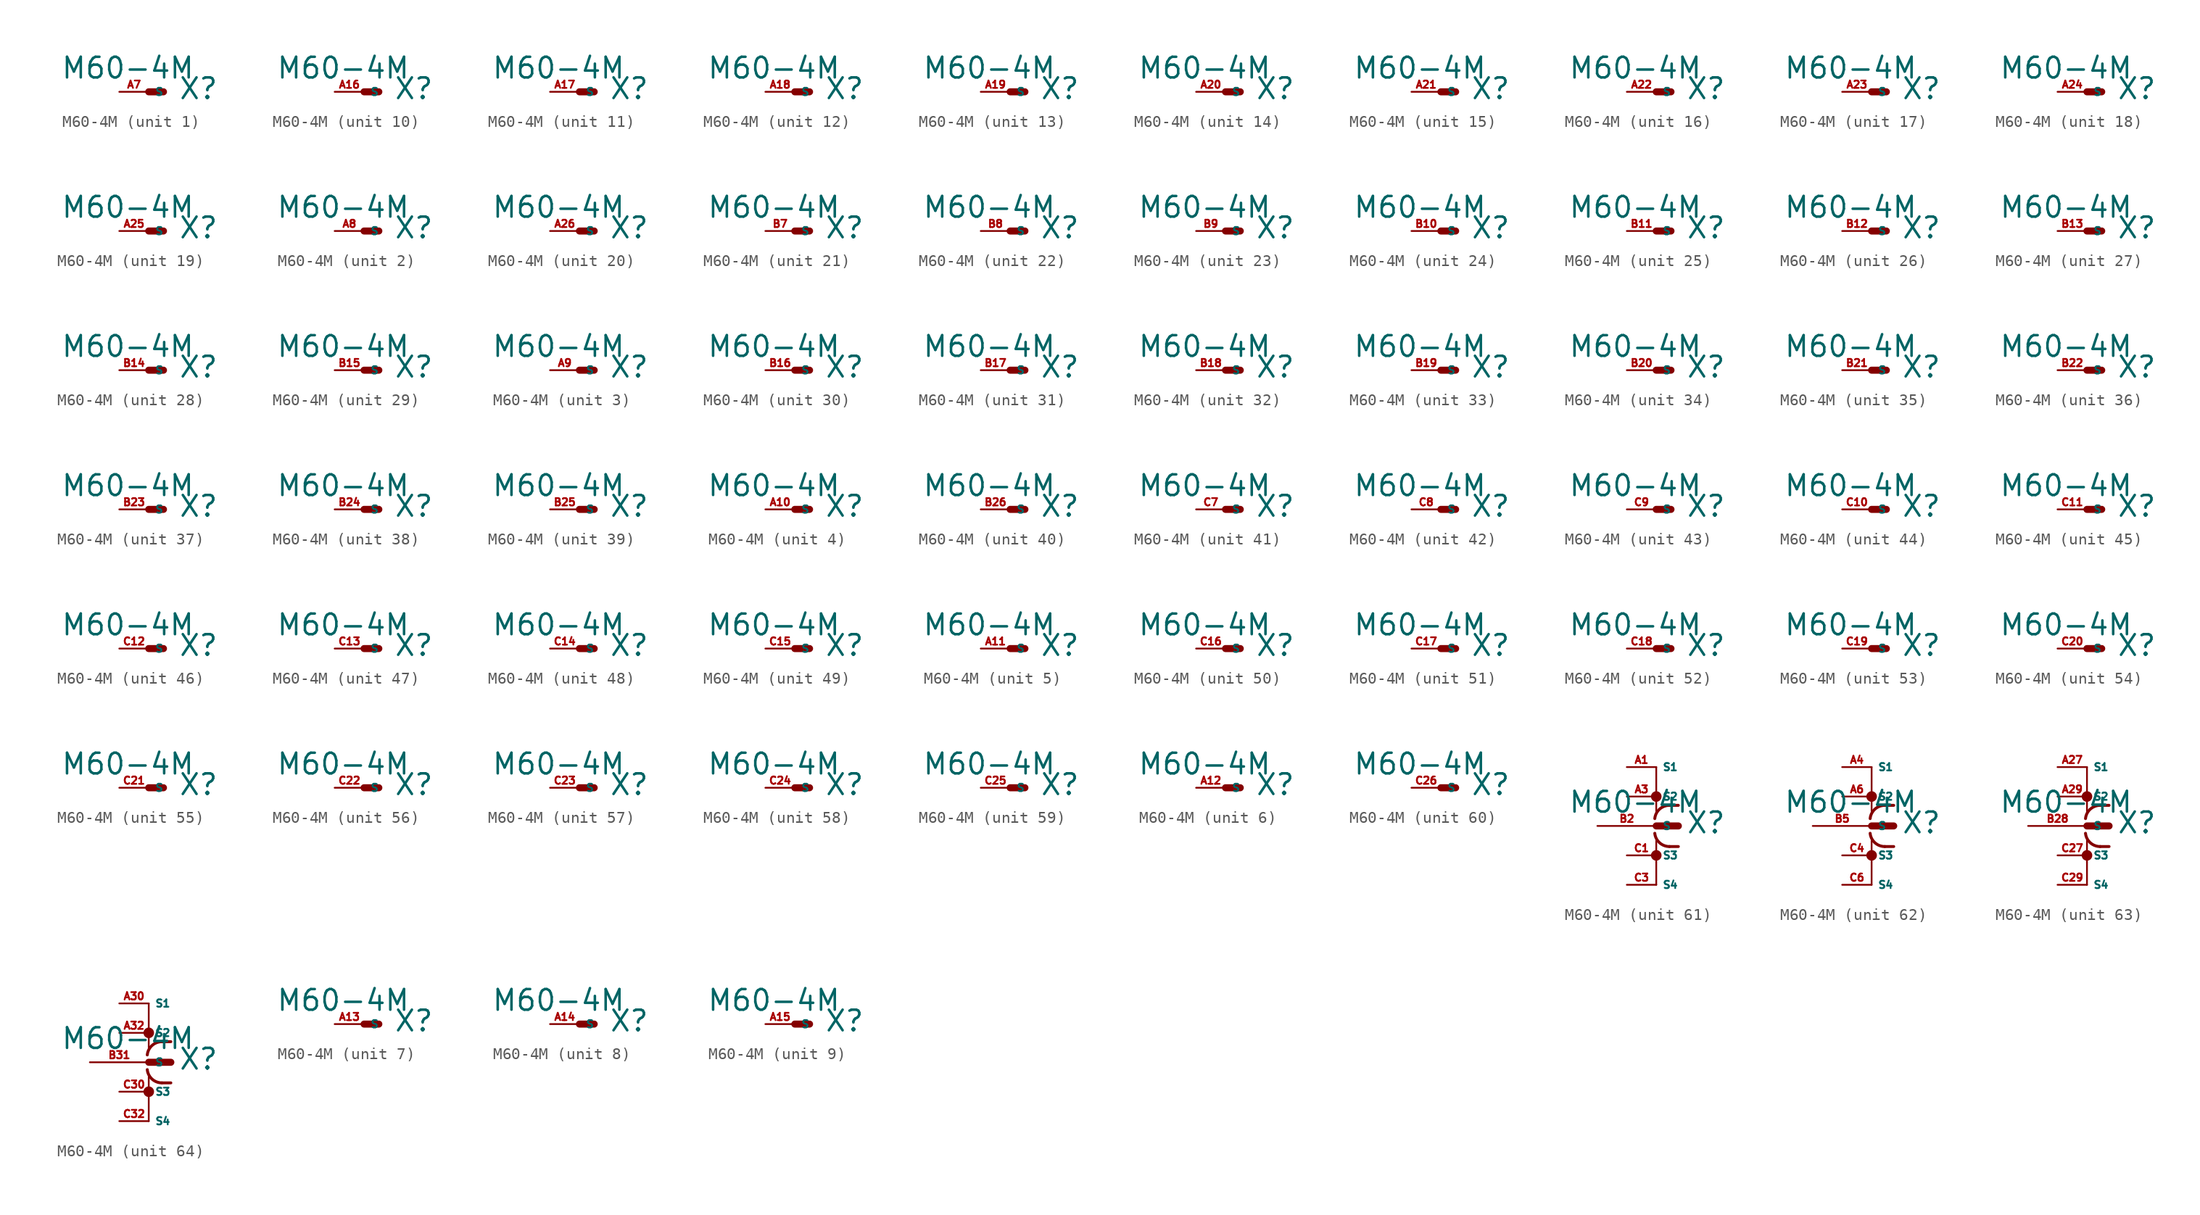
<source format=kicad_sym>
(kicad_symbol_lib
  (version 20220914)
  (generator Eagle2Kicad)
  (symbol "M60-4M"
    (property "Reference" "X"
      (at 2.54 -0.762 0)
      (effects (font (size 1.778 1.778) (thickness 0.22)) (justify left bottom)))
    (property "Value" "M60-4M"
      (at -7.62 1.016 0)
      (effects (font (size 1.778 1.778) (thickness 0.22)) (justify left bottom)))
    (symbol "M60-4M_1_0"
      (polyline (pts (xy 0 0) (xy 1.27 0)) (stroke (width 0.61) (type default)) (fill (type none)))
      (pin passive line (at -2.54 0 0) (length 2.54) (name "S" (effects (font (size 0.635 0.635) (thickness 0.08)) (justify left bottom))) (number "A7" (effects (font (size 0.635 0.635) (thickness 0.08)) (justify left bottom)))))
    (symbol "M60-4M_2_0"
      (polyline (pts (xy 0 0) (xy 1.27 0)) (stroke (width 0.61) (type default)) (fill (type none)))
      (pin passive line (at -2.54 0 0) (length 2.54) (name "S" (effects (font (size 0.635 0.635) (thickness 0.08)) (justify left bottom))) (number "A8" (effects (font (size 0.635 0.635) (thickness 0.08)) (justify left bottom)))))
    (symbol "M60-4M_3_0"
      (polyline (pts (xy 0 0) (xy 1.27 0)) (stroke (width 0.61) (type default)) (fill (type none)))
      (pin passive line (at -2.54 0 0) (length 2.54) (name "S" (effects (font (size 0.635 0.635) (thickness 0.08)) (justify left bottom))) (number "A9" (effects (font (size 0.635 0.635) (thickness 0.08)) (justify left bottom)))))
    (symbol "M60-4M_4_0"
      (polyline (pts (xy 0 0) (xy 1.27 0)) (stroke (width 0.61) (type default)) (fill (type none)))
      (pin passive line (at -2.54 0 0) (length 2.54) (name "S" (effects (font (size 0.635 0.635) (thickness 0.08)) (justify left bottom))) (number "A10" (effects (font (size 0.635 0.635) (thickness 0.08)) (justify left bottom)))))
    (symbol "M60-4M_5_0"
      (polyline (pts (xy 0 0) (xy 1.27 0)) (stroke (width 0.61) (type default)) (fill (type none)))
      (pin passive line (at -2.54 0 0) (length 2.54) (name "S" (effects (font (size 0.635 0.635) (thickness 0.08)) (justify left bottom))) (number "A11" (effects (font (size 0.635 0.635) (thickness 0.08)) (justify left bottom)))))
    (symbol "M60-4M_6_0"
      (polyline (pts (xy 0 0) (xy 1.27 0)) (stroke (width 0.61) (type default)) (fill (type none)))
      (pin passive line (at -2.54 0 0) (length 2.54) (name "S" (effects (font (size 0.635 0.635) (thickness 0.08)) (justify left bottom))) (number "A12" (effects (font (size 0.635 0.635) (thickness 0.08)) (justify left bottom)))))
    (symbol "M60-4M_7_0"
      (polyline (pts (xy 0 0) (xy 1.27 0)) (stroke (width 0.61) (type default)) (fill (type none)))
      (pin passive line (at -2.54 0 0) (length 2.54) (name "S" (effects (font (size 0.635 0.635) (thickness 0.08)) (justify left bottom))) (number "A13" (effects (font (size 0.635 0.635) (thickness 0.08)) (justify left bottom)))))
    (symbol "M60-4M_8_0"
      (polyline (pts (xy 0 0) (xy 1.27 0)) (stroke (width 0.61) (type default)) (fill (type none)))
      (pin passive line (at -2.54 0 0) (length 2.54) (name "S" (effects (font (size 0.635 0.635) (thickness 0.08)) (justify left bottom))) (number "A14" (effects (font (size 0.635 0.635) (thickness 0.08)) (justify left bottom)))))
    (symbol "M60-4M_9_0"
      (polyline (pts (xy 0 0) (xy 1.27 0)) (stroke (width 0.61) (type default)) (fill (type none)))
      (pin passive line (at -2.54 0 0) (length 2.54) (name "S" (effects (font (size 0.635 0.635) (thickness 0.08)) (justify left bottom))) (number "A15" (effects (font (size 0.635 0.635) (thickness 0.08)) (justify left bottom)))))
    (symbol "M60-4M_10_0"
      (polyline (pts (xy 0 0) (xy 1.27 0)) (stroke (width 0.61) (type default)) (fill (type none)))
      (pin passive line (at -2.54 0 0) (length 2.54) (name "S" (effects (font (size 0.635 0.635) (thickness 0.08)) (justify left bottom))) (number "A16" (effects (font (size 0.635 0.635) (thickness 0.08)) (justify left bottom)))))
    (symbol "M60-4M_11_0"
      (polyline (pts (xy 0 0) (xy 1.27 0)) (stroke (width 0.61) (type default)) (fill (type none)))
      (pin passive line (at -2.54 0 0) (length 2.54) (name "S" (effects (font (size 0.635 0.635) (thickness 0.08)) (justify left bottom))) (number "A17" (effects (font (size 0.635 0.635) (thickness 0.08)) (justify left bottom)))))
    (symbol "M60-4M_12_0"
      (polyline (pts (xy 0 0) (xy 1.27 0)) (stroke (width 0.61) (type default)) (fill (type none)))
      (pin passive line (at -2.54 0 0) (length 2.54) (name "S" (effects (font (size 0.635 0.635) (thickness 0.08)) (justify left bottom))) (number "A18" (effects (font (size 0.635 0.635) (thickness 0.08)) (justify left bottom)))))
    (symbol "M60-4M_13_0"
      (polyline (pts (xy 0 0) (xy 1.27 0)) (stroke (width 0.61) (type default)) (fill (type none)))
      (pin passive line (at -2.54 0 0) (length 2.54) (name "S" (effects (font (size 0.635 0.635) (thickness 0.08)) (justify left bottom))) (number "A19" (effects (font (size 0.635 0.635) (thickness 0.08)) (justify left bottom)))))
    (symbol "M60-4M_14_0"
      (polyline (pts (xy 0 0) (xy 1.27 0)) (stroke (width 0.61) (type default)) (fill (type none)))
      (pin passive line (at -2.54 0 0) (length 2.54) (name "S" (effects (font (size 0.635 0.635) (thickness 0.08)) (justify left bottom))) (number "A20" (effects (font (size 0.635 0.635) (thickness 0.08)) (justify left bottom)))))
    (symbol "M60-4M_15_0"
      (polyline (pts (xy 0 0) (xy 1.27 0)) (stroke (width 0.61) (type default)) (fill (type none)))
      (pin passive line (at -2.54 0 0) (length 2.54) (name "S" (effects (font (size 0.635 0.635) (thickness 0.08)) (justify left bottom))) (number "A21" (effects (font (size 0.635 0.635) (thickness 0.08)) (justify left bottom)))))
    (symbol "M60-4M_16_0"
      (polyline (pts (xy 0 0) (xy 1.27 0)) (stroke (width 0.61) (type default)) (fill (type none)))
      (pin passive line (at -2.54 0 0) (length 2.54) (name "S" (effects (font (size 0.635 0.635) (thickness 0.08)) (justify left bottom))) (number "A22" (effects (font (size 0.635 0.635) (thickness 0.08)) (justify left bottom)))))
    (symbol "M60-4M_17_0"
      (polyline (pts (xy 0 0) (xy 1.27 0)) (stroke (width 0.61) (type default)) (fill (type none)))
      (pin passive line (at -2.54 0 0) (length 2.54) (name "S" (effects (font (size 0.635 0.635) (thickness 0.08)) (justify left bottom))) (number "A23" (effects (font (size 0.635 0.635) (thickness 0.08)) (justify left bottom)))))
    (symbol "M60-4M_18_0"
      (polyline (pts (xy 0 0) (xy 1.27 0)) (stroke (width 0.61) (type default)) (fill (type none)))
      (pin passive line (at -2.54 0 0) (length 2.54) (name "S" (effects (font (size 0.635 0.635) (thickness 0.08)) (justify left bottom))) (number "A24" (effects (font (size 0.635 0.635) (thickness 0.08)) (justify left bottom)))))
    (symbol "M60-4M_19_0"
      (polyline (pts (xy 0 0) (xy 1.27 0)) (stroke (width 0.61) (type default)) (fill (type none)))
      (pin passive line (at -2.54 0 0) (length 2.54) (name "S" (effects (font (size 0.635 0.635) (thickness 0.08)) (justify left bottom))) (number "A25" (effects (font (size 0.635 0.635) (thickness 0.08)) (justify left bottom)))))
    (symbol "M60-4M_20_0"
      (polyline (pts (xy 0 0) (xy 1.27 0)) (stroke (width 0.61) (type default)) (fill (type none)))
      (pin passive line (at -2.54 0 0) (length 2.54) (name "S" (effects (font (size 0.635 0.635) (thickness 0.08)) (justify left bottom))) (number "A26" (effects (font (size 0.635 0.635) (thickness 0.08)) (justify left bottom)))))
    (symbol "M60-4M_21_0"
      (polyline (pts (xy 0 0) (xy 1.27 0)) (stroke (width 0.61) (type default)) (fill (type none)))
      (pin passive line (at -2.54 0 0) (length 2.54) (name "S" (effects (font (size 0.635 0.635) (thickness 0.08)) (justify left bottom))) (number "B7" (effects (font (size 0.635 0.635) (thickness 0.08)) (justify left bottom)))))
    (symbol "M60-4M_22_0"
      (polyline (pts (xy 0 0) (xy 1.27 0)) (stroke (width 0.61) (type default)) (fill (type none)))
      (pin passive line (at -2.54 0 0) (length 2.54) (name "S" (effects (font (size 0.635 0.635) (thickness 0.08)) (justify left bottom))) (number "B8" (effects (font (size 0.635 0.635) (thickness 0.08)) (justify left bottom)))))
    (symbol "M60-4M_23_0"
      (polyline (pts (xy 0 0) (xy 1.27 0)) (stroke (width 0.61) (type default)) (fill (type none)))
      (pin passive line (at -2.54 0 0) (length 2.54) (name "S" (effects (font (size 0.635 0.635) (thickness 0.08)) (justify left bottom))) (number "B9" (effects (font (size 0.635 0.635) (thickness 0.08)) (justify left bottom)))))
    (symbol "M60-4M_24_0"
      (polyline (pts (xy 0 0) (xy 1.27 0)) (stroke (width 0.61) (type default)) (fill (type none)))
      (pin passive line (at -2.54 0 0) (length 2.54) (name "S" (effects (font (size 0.635 0.635) (thickness 0.08)) (justify left bottom))) (number "B10" (effects (font (size 0.635 0.635) (thickness 0.08)) (justify left bottom)))))
    (symbol "M60-4M_25_0"
      (polyline (pts (xy 0 0) (xy 1.27 0)) (stroke (width 0.61) (type default)) (fill (type none)))
      (pin passive line (at -2.54 0 0) (length 2.54) (name "S" (effects (font (size 0.635 0.635) (thickness 0.08)) (justify left bottom))) (number "B11" (effects (font (size 0.635 0.635) (thickness 0.08)) (justify left bottom)))))
    (symbol "M60-4M_26_0"
      (polyline (pts (xy 0 0) (xy 1.27 0)) (stroke (width 0.61) (type default)) (fill (type none)))
      (pin passive line (at -2.54 0 0) (length 2.54) (name "S" (effects (font (size 0.635 0.635) (thickness 0.08)) (justify left bottom))) (number "B12" (effects (font (size 0.635 0.635) (thickness 0.08)) (justify left bottom)))))
    (symbol "M60-4M_27_0"
      (polyline (pts (xy 0 0) (xy 1.27 0)) (stroke (width 0.61) (type default)) (fill (type none)))
      (pin passive line (at -2.54 0 0) (length 2.54) (name "S" (effects (font (size 0.635 0.635) (thickness 0.08)) (justify left bottom))) (number "B13" (effects (font (size 0.635 0.635) (thickness 0.08)) (justify left bottom)))))
    (symbol "M60-4M_28_0"
      (polyline (pts (xy 0 0) (xy 1.27 0)) (stroke (width 0.61) (type default)) (fill (type none)))
      (pin passive line (at -2.54 0 0) (length 2.54) (name "S" (effects (font (size 0.635 0.635) (thickness 0.08)) (justify left bottom))) (number "B14" (effects (font (size 0.635 0.635) (thickness 0.08)) (justify left bottom)))))
    (symbol "M60-4M_29_0"
      (polyline (pts (xy 0 0) (xy 1.27 0)) (stroke (width 0.61) (type default)) (fill (type none)))
      (pin passive line (at -2.54 0 0) (length 2.54) (name "S" (effects (font (size 0.635 0.635) (thickness 0.08)) (justify left bottom))) (number "B15" (effects (font (size 0.635 0.635) (thickness 0.08)) (justify left bottom)))))
    (symbol "M60-4M_30_0"
      (polyline (pts (xy 0 0) (xy 1.27 0)) (stroke (width 0.61) (type default)) (fill (type none)))
      (pin passive line (at -2.54 0 0) (length 2.54) (name "S" (effects (font (size 0.635 0.635) (thickness 0.08)) (justify left bottom))) (number "B16" (effects (font (size 0.635 0.635) (thickness 0.08)) (justify left bottom)))))
    (symbol "M60-4M_31_0"
      (polyline (pts (xy 0 0) (xy 1.27 0)) (stroke (width 0.61) (type default)) (fill (type none)))
      (pin passive line (at -2.54 0 0) (length 2.54) (name "S" (effects (font (size 0.635 0.635) (thickness 0.08)) (justify left bottom))) (number "B17" (effects (font (size 0.635 0.635) (thickness 0.08)) (justify left bottom)))))
    (symbol "M60-4M_32_0"
      (polyline (pts (xy 0 0) (xy 1.27 0)) (stroke (width 0.61) (type default)) (fill (type none)))
      (pin passive line (at -2.54 0 0) (length 2.54) (name "S" (effects (font (size 0.635 0.635) (thickness 0.08)) (justify left bottom))) (number "B18" (effects (font (size 0.635 0.635) (thickness 0.08)) (justify left bottom)))))
    (symbol "M60-4M_33_0"
      (polyline (pts (xy 0 0) (xy 1.27 0)) (stroke (width 0.61) (type default)) (fill (type none)))
      (pin passive line (at -2.54 0 0) (length 2.54) (name "S" (effects (font (size 0.635 0.635) (thickness 0.08)) (justify left bottom))) (number "B19" (effects (font (size 0.635 0.635) (thickness 0.08)) (justify left bottom)))))
    (symbol "M60-4M_34_0"
      (polyline (pts (xy 0 0) (xy 1.27 0)) (stroke (width 0.61) (type default)) (fill (type none)))
      (pin passive line (at -2.54 0 0) (length 2.54) (name "S" (effects (font (size 0.635 0.635) (thickness 0.08)) (justify left bottom))) (number "B20" (effects (font (size 0.635 0.635) (thickness 0.08)) (justify left bottom)))))
    (symbol "M60-4M_35_0"
      (polyline (pts (xy 0 0) (xy 1.27 0)) (stroke (width 0.61) (type default)) (fill (type none)))
      (pin passive line (at -2.54 0 0) (length 2.54) (name "S" (effects (font (size 0.635 0.635) (thickness 0.08)) (justify left bottom))) (number "B21" (effects (font (size 0.635 0.635) (thickness 0.08)) (justify left bottom)))))
    (symbol "M60-4M_36_0"
      (polyline (pts (xy 0 0) (xy 1.27 0)) (stroke (width 0.61) (type default)) (fill (type none)))
      (pin passive line (at -2.54 0 0) (length 2.54) (name "S" (effects (font (size 0.635 0.635) (thickness 0.08)) (justify left bottom))) (number "B22" (effects (font (size 0.635 0.635) (thickness 0.08)) (justify left bottom)))))
    (symbol "M60-4M_37_0"
      (polyline (pts (xy 0 0) (xy 1.27 0)) (stroke (width 0.61) (type default)) (fill (type none)))
      (pin passive line (at -2.54 0 0) (length 2.54) (name "S" (effects (font (size 0.635 0.635) (thickness 0.08)) (justify left bottom))) (number "B23" (effects (font (size 0.635 0.635) (thickness 0.08)) (justify left bottom)))))
    (symbol "M60-4M_38_0"
      (polyline (pts (xy 0 0) (xy 1.27 0)) (stroke (width 0.61) (type default)) (fill (type none)))
      (pin passive line (at -2.54 0 0) (length 2.54) (name "S" (effects (font (size 0.635 0.635) (thickness 0.08)) (justify left bottom))) (number "B24" (effects (font (size 0.635 0.635) (thickness 0.08)) (justify left bottom)))))
    (symbol "M60-4M_39_0"
      (polyline (pts (xy 0 0) (xy 1.27 0)) (stroke (width 0.61) (type default)) (fill (type none)))
      (pin passive line (at -2.54 0 0) (length 2.54) (name "S" (effects (font (size 0.635 0.635) (thickness 0.08)) (justify left bottom))) (number "B25" (effects (font (size 0.635 0.635) (thickness 0.08)) (justify left bottom)))))
    (symbol "M60-4M_40_0"
      (polyline (pts (xy 0 0) (xy 1.27 0)) (stroke (width 0.61) (type default)) (fill (type none)))
      (pin passive line (at -2.54 0 0) (length 2.54) (name "S" (effects (font (size 0.635 0.635) (thickness 0.08)) (justify left bottom))) (number "B26" (effects (font (size 0.635 0.635) (thickness 0.08)) (justify left bottom)))))
    (symbol "M60-4M_41_0"
      (polyline (pts (xy 0 0) (xy 1.27 0)) (stroke (width 0.61) (type default)) (fill (type none)))
      (pin passive line (at -2.54 0 0) (length 2.54) (name "S" (effects (font (size 0.635 0.635) (thickness 0.08)) (justify left bottom))) (number "C7" (effects (font (size 0.635 0.635) (thickness 0.08)) (justify left bottom)))))
    (symbol "M60-4M_42_0"
      (polyline (pts (xy 0 0) (xy 1.27 0)) (stroke (width 0.61) (type default)) (fill (type none)))
      (pin passive line (at -2.54 0 0) (length 2.54) (name "S" (effects (font (size 0.635 0.635) (thickness 0.08)) (justify left bottom))) (number "C8" (effects (font (size 0.635 0.635) (thickness 0.08)) (justify left bottom)))))
    (symbol "M60-4M_43_0"
      (polyline (pts (xy 0 0) (xy 1.27 0)) (stroke (width 0.61) (type default)) (fill (type none)))
      (pin passive line (at -2.54 0 0) (length 2.54) (name "S" (effects (font (size 0.635 0.635) (thickness 0.08)) (justify left bottom))) (number "C9" (effects (font (size 0.635 0.635) (thickness 0.08)) (justify left bottom)))))
    (symbol "M60-4M_44_0"
      (polyline (pts (xy 0 0) (xy 1.27 0)) (stroke (width 0.61) (type default)) (fill (type none)))
      (pin passive line (at -2.54 0 0) (length 2.54) (name "S" (effects (font (size 0.635 0.635) (thickness 0.08)) (justify left bottom))) (number "C10" (effects (font (size 0.635 0.635) (thickness 0.08)) (justify left bottom)))))
    (symbol "M60-4M_45_0"
      (polyline (pts (xy 0 0) (xy 1.27 0)) (stroke (width 0.61) (type default)) (fill (type none)))
      (pin passive line (at -2.54 0 0) (length 2.54) (name "S" (effects (font (size 0.635 0.635) (thickness 0.08)) (justify left bottom))) (number "C11" (effects (font (size 0.635 0.635) (thickness 0.08)) (justify left bottom)))))
    (symbol "M60-4M_46_0"
      (polyline (pts (xy 0 0) (xy 1.27 0)) (stroke (width 0.61) (type default)) (fill (type none)))
      (pin passive line (at -2.54 0 0) (length 2.54) (name "S" (effects (font (size 0.635 0.635) (thickness 0.08)) (justify left bottom))) (number "C12" (effects (font (size 0.635 0.635) (thickness 0.08)) (justify left bottom)))))
    (symbol "M60-4M_47_0"
      (polyline (pts (xy 0 0) (xy 1.27 0)) (stroke (width 0.61) (type default)) (fill (type none)))
      (pin passive line (at -2.54 0 0) (length 2.54) (name "S" (effects (font (size 0.635 0.635) (thickness 0.08)) (justify left bottom))) (number "C13" (effects (font (size 0.635 0.635) (thickness 0.08)) (justify left bottom)))))
    (symbol "M60-4M_48_0"
      (polyline (pts (xy 0 0) (xy 1.27 0)) (stroke (width 0.61) (type default)) (fill (type none)))
      (pin passive line (at -2.54 0 0) (length 2.54) (name "S" (effects (font (size 0.635 0.635) (thickness 0.08)) (justify left bottom))) (number "C14" (effects (font (size 0.635 0.635) (thickness 0.08)) (justify left bottom)))))
    (symbol "M60-4M_49_0"
      (polyline (pts (xy 0 0) (xy 1.27 0)) (stroke (width 0.61) (type default)) (fill (type none)))
      (pin passive line (at -2.54 0 0) (length 2.54) (name "S" (effects (font (size 0.635 0.635) (thickness 0.08)) (justify left bottom))) (number "C15" (effects (font (size 0.635 0.635) (thickness 0.08)) (justify left bottom)))))
    (symbol "M60-4M_50_0"
      (polyline (pts (xy 0 0) (xy 1.27 0)) (stroke (width 0.61) (type default)) (fill (type none)))
      (pin passive line (at -2.54 0 0) (length 2.54) (name "S" (effects (font (size 0.635 0.635) (thickness 0.08)) (justify left bottom))) (number "C16" (effects (font (size 0.635 0.635) (thickness 0.08)) (justify left bottom)))))
    (symbol "M60-4M_51_0"
      (polyline (pts (xy 0 0) (xy 1.27 0)) (stroke (width 0.61) (type default)) (fill (type none)))
      (pin passive line (at -2.54 0 0) (length 2.54) (name "S" (effects (font (size 0.635 0.635) (thickness 0.08)) (justify left bottom))) (number "C17" (effects (font (size 0.635 0.635) (thickness 0.08)) (justify left bottom)))))
    (symbol "M60-4M_52_0"
      (polyline (pts (xy 0 0) (xy 1.27 0)) (stroke (width 0.61) (type default)) (fill (type none)))
      (pin passive line (at -2.54 0 0) (length 2.54) (name "S" (effects (font (size 0.635 0.635) (thickness 0.08)) (justify left bottom))) (number "C18" (effects (font (size 0.635 0.635) (thickness 0.08)) (justify left bottom)))))
    (symbol "M60-4M_53_0"
      (polyline (pts (xy 0 0) (xy 1.27 0)) (stroke (width 0.61) (type default)) (fill (type none)))
      (pin passive line (at -2.54 0 0) (length 2.54) (name "S" (effects (font (size 0.635 0.635) (thickness 0.08)) (justify left bottom))) (number "C19" (effects (font (size 0.635 0.635) (thickness 0.08)) (justify left bottom)))))
    (symbol "M60-4M_54_0"
      (polyline (pts (xy 0 0) (xy 1.27 0)) (stroke (width 0.61) (type default)) (fill (type none)))
      (pin passive line (at -2.54 0 0) (length 2.54) (name "S" (effects (font (size 0.635 0.635) (thickness 0.08)) (justify left bottom))) (number "C20" (effects (font (size 0.635 0.635) (thickness 0.08)) (justify left bottom)))))
    (symbol "M60-4M_55_0"
      (polyline (pts (xy 0 0) (xy 1.27 0)) (stroke (width 0.61) (type default)) (fill (type none)))
      (pin passive line (at -2.54 0 0) (length 2.54) (name "S" (effects (font (size 0.635 0.635) (thickness 0.08)) (justify left bottom))) (number "C21" (effects (font (size 0.635 0.635) (thickness 0.08)) (justify left bottom)))))
    (symbol "M60-4M_56_0"
      (polyline (pts (xy 0 0) (xy 1.27 0)) (stroke (width 0.61) (type default)) (fill (type none)))
      (pin passive line (at -2.54 0 0) (length 2.54) (name "S" (effects (font (size 0.635 0.635) (thickness 0.08)) (justify left bottom))) (number "C22" (effects (font (size 0.635 0.635) (thickness 0.08)) (justify left bottom)))))
    (symbol "M60-4M_57_0"
      (polyline (pts (xy 0 0) (xy 1.27 0)) (stroke (width 0.61) (type default)) (fill (type none)))
      (pin passive line (at -2.54 0 0) (length 2.54) (name "S" (effects (font (size 0.635 0.635) (thickness 0.08)) (justify left bottom))) (number "C23" (effects (font (size 0.635 0.635) (thickness 0.08)) (justify left bottom)))))
    (symbol "M60-4M_58_0"
      (polyline (pts (xy 0 0) (xy 1.27 0)) (stroke (width 0.61) (type default)) (fill (type none)))
      (pin passive line (at -2.54 0 0) (length 2.54) (name "S" (effects (font (size 0.635 0.635) (thickness 0.08)) (justify left bottom))) (number "C24" (effects (font (size 0.635 0.635) (thickness 0.08)) (justify left bottom)))))
    (symbol "M60-4M_59_0"
      (polyline (pts (xy 0 0) (xy 1.27 0)) (stroke (width 0.61) (type default)) (fill (type none)))
      (pin passive line (at -2.54 0 0) (length 2.54) (name "S" (effects (font (size 0.635 0.635) (thickness 0.08)) (justify left bottom))) (number "C25" (effects (font (size 0.635 0.635) (thickness 0.08)) (justify left bottom)))))
    (symbol "M60-4M_60_0"
      (polyline (pts (xy 0 0) (xy 1.27 0)) (stroke (width 0.61) (type default)) (fill (type none)))
      (pin passive line (at -2.54 0 0) (length 2.54) (name "S" (effects (font (size 0.635 0.635) (thickness 0.08)) (justify left bottom))) (number "C26" (effects (font (size 0.635 0.635) (thickness 0.08)) (justify left bottom)))))
    (symbol "M60-4M_61_0"
      (polyline (pts (xy 0 0) (xy 1.905 0)) (stroke (width 0.61) (type default)) (fill (type none)))
      (polyline (pts (xy 0 5.08) (xy 0 1.27)) (stroke (width 0.152) (type default)) (fill (type none)))
      (polyline (pts (xy 0 -5.08) (xy 0 -1.27)) (stroke (width 0.152) (type default)) (fill (type none)))
      (polyline (pts (xy 1.905 1.778) (xy 1.143 1.778)) (stroke (width 0.254) (type default)) (fill (type none)))
      (polyline (pts (xy 1.905 -1.778) (xy 1.143 -1.778)) (stroke (width 0.254) (type default)) (fill (type none)))
      (arc (start 1.143 1.778) (mid 0.287 1.452) (end -0.127 0.635) (stroke (width 0.254) (type default)) (fill (type none)))
      (arc (start -0.127 -0.635) (mid 0.287 -1.452) (end 1.143 -1.778) (stroke (width 0.254) (type default)) (fill (type none)))
      (circle (center 0 2.54) (radius 0.254) (stroke (width 0.406) (type default)) (fill (type none)))
      (circle (center 0 -2.54) (radius 0.254) (stroke (width 0.406) (type default)) (fill (type none)))
      (pin passive line (at -5.08 0 0) (length 5.08) (name "S" (effects (font (size 0.635 0.635) (thickness 0.08)) (justify left bottom))) (number "B2" (effects (font (size 0.635 0.635) (thickness 0.08)) (justify left bottom))))
      (pin passive line (at -2.54 5.08 0) (length 2.54) (name "S1" (effects (font (size 0.635 0.635) (thickness 0.08)) (justify left bottom))) (number "A1" (effects (font (size 0.635 0.635) (thickness 0.08)) (justify left bottom))))
      (pin passive line (at -2.54 2.54 0) (length 2.54) (name "S2" (effects (font (size 0.635 0.635) (thickness 0.08)) (justify left bottom))) (number "A3" (effects (font (size 0.635 0.635) (thickness 0.08)) (justify left bottom))))
      (pin passive line (at -2.54 -2.54 0) (length 2.54) (name "S3" (effects (font (size 0.635 0.635) (thickness 0.08)) (justify left bottom))) (number "C1" (effects (font (size 0.635 0.635) (thickness 0.08)) (justify left bottom))))
      (pin passive line (at -2.54 -5.08 0) (length 2.54) (name "S4" (effects (font (size 0.635 0.635) (thickness 0.08)) (justify left bottom))) (number "C3" (effects (font (size 0.635 0.635) (thickness 0.08)) (justify left bottom)))))
    (symbol "M60-4M_62_0"
      (polyline (pts (xy 0 0) (xy 1.905 0)) (stroke (width 0.61) (type default)) (fill (type none)))
      (polyline (pts (xy 0 5.08) (xy 0 1.27)) (stroke (width 0.152) (type default)) (fill (type none)))
      (polyline (pts (xy 0 -5.08) (xy 0 -1.27)) (stroke (width 0.152) (type default)) (fill (type none)))
      (polyline (pts (xy 1.905 1.778) (xy 1.143 1.778)) (stroke (width 0.254) (type default)) (fill (type none)))
      (polyline (pts (xy 1.905 -1.778) (xy 1.143 -1.778)) (stroke (width 0.254) (type default)) (fill (type none)))
      (arc (start 1.143 1.778) (mid 0.287 1.452) (end -0.127 0.635) (stroke (width 0.254) (type default)) (fill (type none)))
      (arc (start -0.127 -0.635) (mid 0.287 -1.452) (end 1.143 -1.778) (stroke (width 0.254) (type default)) (fill (type none)))
      (circle (center 0 2.54) (radius 0.254) (stroke (width 0.406) (type default)) (fill (type none)))
      (circle (center 0 -2.54) (radius 0.254) (stroke (width 0.406) (type default)) (fill (type none)))
      (pin passive line (at -5.08 0 0) (length 5.08) (name "S" (effects (font (size 0.635 0.635) (thickness 0.08)) (justify left bottom))) (number "B5" (effects (font (size 0.635 0.635) (thickness 0.08)) (justify left bottom))))
      (pin passive line (at -2.54 5.08 0) (length 2.54) (name "S1" (effects (font (size 0.635 0.635) (thickness 0.08)) (justify left bottom))) (number "A4" (effects (font (size 0.635 0.635) (thickness 0.08)) (justify left bottom))))
      (pin passive line (at -2.54 2.54 0) (length 2.54) (name "S2" (effects (font (size 0.635 0.635) (thickness 0.08)) (justify left bottom))) (number "A6" (effects (font (size 0.635 0.635) (thickness 0.08)) (justify left bottom))))
      (pin passive line (at -2.54 -2.54 0) (length 2.54) (name "S3" (effects (font (size 0.635 0.635) (thickness 0.08)) (justify left bottom))) (number "C4" (effects (font (size 0.635 0.635) (thickness 0.08)) (justify left bottom))))
      (pin passive line (at -2.54 -5.08 0) (length 2.54) (name "S4" (effects (font (size 0.635 0.635) (thickness 0.08)) (justify left bottom))) (number "C6" (effects (font (size 0.635 0.635) (thickness 0.08)) (justify left bottom)))))
    (symbol "M60-4M_63_0"
      (polyline (pts (xy 0 0) (xy 1.905 0)) (stroke (width 0.61) (type default)) (fill (type none)))
      (polyline (pts (xy 0 5.08) (xy 0 1.27)) (stroke (width 0.152) (type default)) (fill (type none)))
      (polyline (pts (xy 0 -5.08) (xy 0 -1.27)) (stroke (width 0.152) (type default)) (fill (type none)))
      (polyline (pts (xy 1.905 1.778) (xy 1.143 1.778)) (stroke (width 0.254) (type default)) (fill (type none)))
      (polyline (pts (xy 1.905 -1.778) (xy 1.143 -1.778)) (stroke (width 0.254) (type default)) (fill (type none)))
      (arc (start 1.143 1.778) (mid 0.287 1.452) (end -0.127 0.635) (stroke (width 0.254) (type default)) (fill (type none)))
      (arc (start -0.127 -0.635) (mid 0.287 -1.452) (end 1.143 -1.778) (stroke (width 0.254) (type default)) (fill (type none)))
      (circle (center 0 2.54) (radius 0.254) (stroke (width 0.406) (type default)) (fill (type none)))
      (circle (center 0 -2.54) (radius 0.254) (stroke (width 0.406) (type default)) (fill (type none)))
      (pin passive line (at -5.08 0 0) (length 5.08) (name "S" (effects (font (size 0.635 0.635) (thickness 0.08)) (justify left bottom))) (number "B28" (effects (font (size 0.635 0.635) (thickness 0.08)) (justify left bottom))))
      (pin passive line (at -2.54 5.08 0) (length 2.54) (name "S1" (effects (font (size 0.635 0.635) (thickness 0.08)) (justify left bottom))) (number "A27" (effects (font (size 0.635 0.635) (thickness 0.08)) (justify left bottom))))
      (pin passive line (at -2.54 2.54 0) (length 2.54) (name "S2" (effects (font (size 0.635 0.635) (thickness 0.08)) (justify left bottom))) (number "A29" (effects (font (size 0.635 0.635) (thickness 0.08)) (justify left bottom))))
      (pin passive line (at -2.54 -2.54 0) (length 2.54) (name "S3" (effects (font (size 0.635 0.635) (thickness 0.08)) (justify left bottom))) (number "C27" (effects (font (size 0.635 0.635) (thickness 0.08)) (justify left bottom))))
      (pin passive line (at -2.54 -5.08 0) (length 2.54) (name "S4" (effects (font (size 0.635 0.635) (thickness 0.08)) (justify left bottom))) (number "C29" (effects (font (size 0.635 0.635) (thickness 0.08)) (justify left bottom)))))
    (symbol "M60-4M_64_0"
      (polyline (pts (xy 0 0) (xy 1.905 0)) (stroke (width 0.61) (type default)) (fill (type none)))
      (polyline (pts (xy 0 5.08) (xy 0 1.27)) (stroke (width 0.152) (type default)) (fill (type none)))
      (polyline (pts (xy 0 -5.08) (xy 0 -1.27)) (stroke (width 0.152) (type default)) (fill (type none)))
      (polyline (pts (xy 1.905 1.778) (xy 1.143 1.778)) (stroke (width 0.254) (type default)) (fill (type none)))
      (polyline (pts (xy 1.905 -1.778) (xy 1.143 -1.778)) (stroke (width 0.254) (type default)) (fill (type none)))
      (arc (start 1.143 1.778) (mid 0.287 1.452) (end -0.127 0.635) (stroke (width 0.254) (type default)) (fill (type none)))
      (arc (start -0.127 -0.635) (mid 0.287 -1.452) (end 1.143 -1.778) (stroke (width 0.254) (type default)) (fill (type none)))
      (circle (center 0 2.54) (radius 0.254) (stroke (width 0.406) (type default)) (fill (type none)))
      (circle (center 0 -2.54) (radius 0.254) (stroke (width 0.406) (type default)) (fill (type none)))
      (pin passive line (at -5.08 0 0) (length 5.08) (name "S" (effects (font (size 0.635 0.635) (thickness 0.08)) (justify left bottom))) (number "B31" (effects (font (size 0.635 0.635) (thickness 0.08)) (justify left bottom))))
      (pin passive line (at -2.54 5.08 0) (length 2.54) (name "S1" (effects (font (size 0.635 0.635) (thickness 0.08)) (justify left bottom))) (number "A30" (effects (font (size 0.635 0.635) (thickness 0.08)) (justify left bottom))))
      (pin passive line (at -2.54 2.54 0) (length 2.54) (name "S2" (effects (font (size 0.635 0.635) (thickness 0.08)) (justify left bottom))) (number "A32" (effects (font (size 0.635 0.635) (thickness 0.08)) (justify left bottom))))
      (pin passive line (at -2.54 -2.54 0) (length 2.54) (name "S3" (effects (font (size 0.635 0.635) (thickness 0.08)) (justify left bottom))) (number "C30" (effects (font (size 0.635 0.635) (thickness 0.08)) (justify left bottom))))
      (pin passive line (at -2.54 -5.08 0) (length 2.54) (name "S4" (effects (font (size 0.635 0.635) (thickness 0.08)) (justify left bottom))) (number "C32" (effects (font (size 0.635 0.635) (thickness 0.08)) (justify left bottom)))))))
</source>
